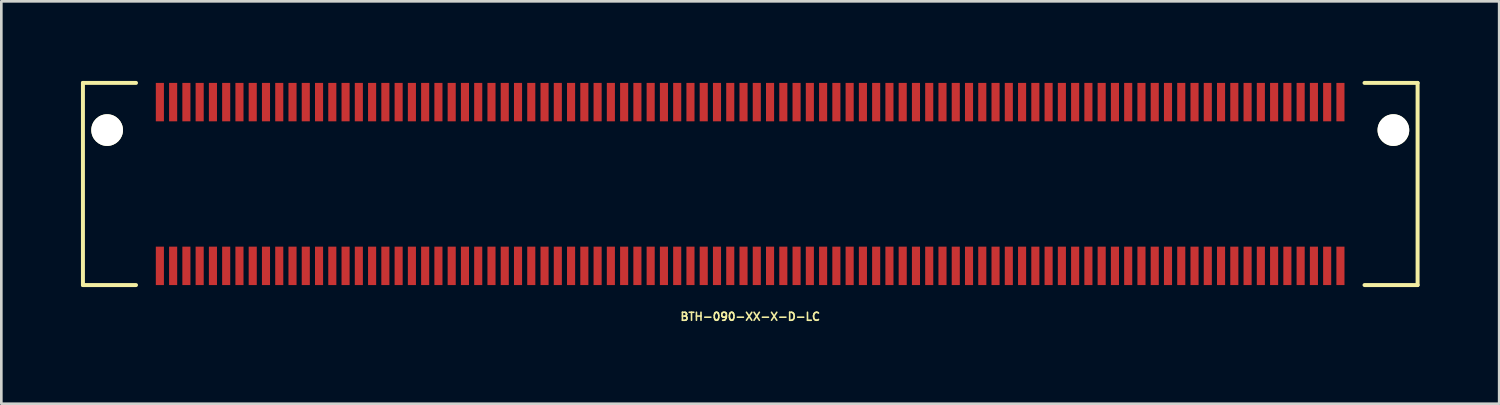
<source format=kicad_pcb>
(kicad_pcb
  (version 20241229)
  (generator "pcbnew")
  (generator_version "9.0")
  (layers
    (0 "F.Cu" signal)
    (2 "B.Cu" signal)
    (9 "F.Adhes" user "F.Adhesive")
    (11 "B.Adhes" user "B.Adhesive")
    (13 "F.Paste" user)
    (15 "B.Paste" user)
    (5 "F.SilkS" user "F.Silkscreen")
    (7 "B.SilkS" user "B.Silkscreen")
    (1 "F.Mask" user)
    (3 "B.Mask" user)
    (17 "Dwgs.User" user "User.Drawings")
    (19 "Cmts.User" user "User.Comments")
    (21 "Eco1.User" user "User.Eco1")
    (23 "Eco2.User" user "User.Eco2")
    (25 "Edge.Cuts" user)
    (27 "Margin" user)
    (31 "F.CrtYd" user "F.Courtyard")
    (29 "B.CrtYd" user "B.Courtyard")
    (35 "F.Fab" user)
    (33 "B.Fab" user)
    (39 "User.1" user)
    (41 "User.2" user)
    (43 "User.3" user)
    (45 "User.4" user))
  (footprint "BTH-090-XX-X-D-LC"
    (layer "F.Cu")
    (at 25.23 3.885)
    (property "Reference" "BTH-090-XX-X-D-LC" (at 0 5 0) (layer "F.SilkS") (effects (font (size 0.3 0.3) (thickness 0.061))))
    (attr smd)
    (fp_line (start -25.154 -3.81) (end -25.154 3.81) (stroke (width 0.15) (type solid)) (layer "F.SilkS"))
    (fp_line (start -25.154 3.81) (end -23.154 3.81) (stroke (width 0.15) (type solid)) (layer "F.SilkS"))
    (fp_line (start -23.154 -3.81) (end -25.154 -3.81) (stroke (width 0.15) (type solid)) (layer "F.SilkS"))
    (fp_line (start 23.154 -3.81) (end 25.154 -3.81) (stroke (width 0.15) (type solid)) (layer "F.SilkS"))
    (fp_line (start 25.154 -3.81) (end 25.154 3.81) (stroke (width 0.15) (type solid)) (layer "F.SilkS"))
    (fp_line (start 25.154 3.81) (end 23.154 3.81) (stroke (width 0.15) (type solid)) (layer "F.SilkS"))
    (pad "" np_thru_hole circle (at -24.242 -2.032) (size 1.194 1.194) (drill 1.194) (layers "*.Cu" "*.Mask" "F.SilkS"))
    (pad "" np_thru_hole circle (at 24.242 -2.032) (size 1.194 1.194) (drill 1.194) (layers "*.Cu" "*.Mask" "F.SilkS"))
    (pad "1" smd rect (at -22.254 -3.086) (size 0.305 1.448) (layers "F.Cu" "F.Mask" "F.Paste"))
    (pad "2" smd rect (at -22.254 3.086) (size 0.305 1.448) (layers "F.Cu" "F.Mask" "F.Paste"))
    (pad "3" smd rect (at -21.754 -3.086) (size 0.305 1.448) (layers "F.Cu" "F.Mask" "F.Paste"))
    (pad "4" smd rect (at -21.754 3.086) (size 0.305 1.448) (layers "F.Cu" "F.Mask" "F.Paste"))
    (pad "5" smd rect (at -21.254 -3.086) (size 0.305 1.448) (layers "F.Cu" "F.Mask" "F.Paste"))
    (pad "6" smd rect (at -21.254 3.086) (size 0.305 1.448) (layers "F.Cu" "F.Mask" "F.Paste"))
    (pad "7" smd rect (at -20.754 -3.086) (size 0.305 1.448) (layers "F.Cu" "F.Mask" "F.Paste"))
    (pad "8" smd rect (at -20.754 3.086) (size 0.305 1.448) (layers "F.Cu" "F.Mask" "F.Paste"))
    (pad "9" smd rect (at -20.254 -3.086) (size 0.305 1.448) (layers "F.Cu" "F.Mask" "F.Paste"))
    (pad "10" smd rect (at -20.254 3.086) (size 0.305 1.448) (layers "F.Cu" "F.Mask" "F.Paste"))
    (pad "11" smd rect (at -19.754 -3.086) (size 0.305 1.448) (layers "F.Cu" "F.Mask" "F.Paste"))
    (pad "12" smd rect (at -19.754 3.086) (size 0.305 1.448) (layers "F.Cu" "F.Mask" "F.Paste"))
    (pad "13" smd rect (at -19.254 -3.086) (size 0.305 1.448) (layers "F.Cu" "F.Mask" "F.Paste"))
    (pad "14" smd rect (at -19.254 3.086) (size 0.305 1.448) (layers "F.Cu" "F.Mask" "F.Paste"))
    (pad "15" smd rect (at -18.754 -3.086) (size 0.305 1.448) (layers "F.Cu" "F.Mask" "F.Paste"))
    (pad "16" smd rect (at -18.754 3.086) (size 0.305 1.448) (layers "F.Cu" "F.Mask" "F.Paste"))
    (pad "17" smd rect (at -18.254 -3.086) (size 0.305 1.448) (layers "F.Cu" "F.Mask" "F.Paste"))
    (pad "18" smd rect (at -18.254 3.086) (size 0.305 1.448) (layers "F.Cu" "F.Mask" "F.Paste"))
    (pad "19" smd rect (at -17.754 -3.086) (size 0.305 1.448) (layers "F.Cu" "F.Mask" "F.Paste"))
    (pad "20" smd rect (at -17.754 3.086) (size 0.305 1.448) (layers "F.Cu" "F.Mask" "F.Paste"))
    (pad "21" smd rect (at -17.254 -3.086) (size 0.305 1.448) (layers "F.Cu" "F.Mask" "F.Paste"))
    (pad "22" smd rect (at -17.254 3.086) (size 0.305 1.448) (layers "F.Cu" "F.Mask" "F.Paste"))
    (pad "23" smd rect (at -16.754 -3.086) (size 0.305 1.448) (layers "F.Cu" "F.Mask" "F.Paste"))
    (pad "24" smd rect (at -16.754 3.086) (size 0.305 1.448) (layers "F.Cu" "F.Mask" "F.Paste"))
    (pad "25" smd rect (at -16.254 -3.086) (size 0.305 1.448) (layers "F.Cu" "F.Mask" "F.Paste"))
    (pad "26" smd rect (at -16.254 3.086) (size 0.305 1.448) (layers "F.Cu" "F.Mask" "F.Paste"))
    (pad "27" smd rect (at -15.754 -3.086) (size 0.305 1.448) (layers "F.Cu" "F.Mask" "F.Paste"))
    (pad "28" smd rect (at -15.754 3.086) (size 0.305 1.448) (layers "F.Cu" "F.Mask" "F.Paste"))
    (pad "29" smd rect (at -15.254 -3.086) (size 0.305 1.448) (layers "F.Cu" "F.Mask" "F.Paste"))
    (pad "30" smd rect (at -15.254 3.086) (size 0.305 1.448) (layers "F.Cu" "F.Mask" "F.Paste"))
    (pad "31" smd rect (at -14.754 -3.086) (size 0.305 1.448) (layers "F.Cu" "F.Mask" "F.Paste"))
    (pad "32" smd rect (at -14.754 3.086) (size 0.305 1.448) (layers "F.Cu" "F.Mask" "F.Paste"))
    (pad "33" smd rect (at -14.254 -3.086) (size 0.305 1.448) (layers "F.Cu" "F.Mask" "F.Paste"))
    (pad "34" smd rect (at -14.254 3.086) (size 0.305 1.448) (layers "F.Cu" "F.Mask" "F.Paste"))
    (pad "35" smd rect (at -13.754 -3.086) (size 0.305 1.448) (layers "F.Cu" "F.Mask" "F.Paste"))
    (pad "36" smd rect (at -13.754 3.086) (size 0.305 1.448) (layers "F.Cu" "F.Mask" "F.Paste"))
    (pad "37" smd rect (at -13.254 -3.086) (size 0.305 1.448) (layers "F.Cu" "F.Mask" "F.Paste"))
    (pad "38" smd rect (at -13.254 3.086) (size 0.305 1.448) (layers "F.Cu" "F.Mask" "F.Paste"))
    (pad "39" smd rect (at -12.754 -3.086) (size 0.305 1.448) (layers "F.Cu" "F.Mask" "F.Paste"))
    (pad "40" smd rect (at -12.754 3.086) (size 0.305 1.448) (layers "F.Cu" "F.Mask" "F.Paste"))
    (pad "41" smd rect (at -12.254 -3.086) (size 0.305 1.448) (layers "F.Cu" "F.Mask" "F.Paste"))
    (pad "42" smd rect (at -12.254 3.086) (size 0.305 1.448) (layers "F.Cu" "F.Mask" "F.Paste"))
    (pad "43" smd rect (at -11.754 -3.086) (size 0.305 1.448) (layers "F.Cu" "F.Mask" "F.Paste"))
    (pad "44" smd rect (at -11.754 3.086) (size 0.305 1.448) (layers "F.Cu" "F.Mask" "F.Paste"))
    (pad "45" smd rect (at -11.254 -3.086) (size 0.305 1.448) (layers "F.Cu" "F.Mask" "F.Paste"))
    (pad "46" smd rect (at -11.254 3.086) (size 0.305 1.448) (layers "F.Cu" "F.Mask" "F.Paste"))
    (pad "47" smd rect (at -10.754 -3.086) (size 0.305 1.448) (layers "F.Cu" "F.Mask" "F.Paste"))
    (pad "48" smd rect (at -10.754 3.086) (size 0.305 1.448) (layers "F.Cu" "F.Mask" "F.Paste"))
    (pad "49" smd rect (at -10.254 -3.086) (size 0.305 1.448) (layers "F.Cu" "F.Mask" "F.Paste"))
    (pad "50" smd rect (at -10.254 3.086) (size 0.305 1.448) (layers "F.Cu" "F.Mask" "F.Paste"))
    (pad "51" smd rect (at -9.754 -3.086) (size 0.305 1.448) (layers "F.Cu" "F.Mask" "F.Paste"))
    (pad "52" smd rect (at -9.754 3.086) (size 0.305 1.448) (layers "F.Cu" "F.Mask" "F.Paste"))
    (pad "53" smd rect (at -9.254 -3.086) (size 0.305 1.448) (layers "F.Cu" "F.Mask" "F.Paste"))
    (pad "54" smd rect (at -9.254 3.086) (size 0.305 1.448) (layers "F.Cu" "F.Mask" "F.Paste"))
    (pad "55" smd rect (at -8.754 -3.086) (size 0.305 1.448) (layers "F.Cu" "F.Mask" "F.Paste"))
    (pad "56" smd rect (at -8.754 3.086) (size 0.305 1.448) (layers "F.Cu" "F.Mask" "F.Paste"))
    (pad "57" smd rect (at -8.254 -3.086) (size 0.305 1.448) (layers "F.Cu" "F.Mask" "F.Paste"))
    (pad "58" smd rect (at -8.254 3.086) (size 0.305 1.448) (layers "F.Cu" "F.Mask" "F.Paste"))
    (pad "59" smd rect (at -7.754 -3.086) (size 0.305 1.448) (layers "F.Cu" "F.Mask" "F.Paste"))
    (pad "60" smd rect (at -7.754 3.086) (size 0.305 1.448) (layers "F.Cu" "F.Mask" "F.Paste"))
    (pad "61" smd rect (at -7.254 -3.086) (size 0.305 1.448) (layers "F.Cu" "F.Mask" "F.Paste"))
    (pad "62" smd rect (at -7.254 3.086) (size 0.305 1.448) (layers "F.Cu" "F.Mask" "F.Paste"))
    (pad "63" smd rect (at -6.754 -3.086) (size 0.305 1.448) (layers "F.Cu" "F.Mask" "F.Paste"))
    (pad "64" smd rect (at -6.754 3.086) (size 0.305 1.448) (layers "F.Cu" "F.Mask" "F.Paste"))
    (pad "65" smd rect (at -6.254 -3.086) (size 0.305 1.448) (layers "F.Cu" "F.Mask" "F.Paste"))
    (pad "66" smd rect (at -6.254 3.086) (size 0.305 1.448) (layers "F.Cu" "F.Mask" "F.Paste"))
    (pad "67" smd rect (at -5.754 -3.086) (size 0.305 1.448) (layers "F.Cu" "F.Mask" "F.Paste"))
    (pad "68" smd rect (at -5.754 3.086) (size 0.305 1.448) (layers "F.Cu" "F.Mask" "F.Paste"))
    (pad "69" smd rect (at -5.254 -3.086) (size 0.305 1.448) (layers "F.Cu" "F.Mask" "F.Paste"))
    (pad "70" smd rect (at -5.254 3.086) (size 0.305 1.448) (layers "F.Cu" "F.Mask" "F.Paste"))
    (pad "71" smd rect (at -4.754 -3.086) (size 0.305 1.448) (layers "F.Cu" "F.Mask" "F.Paste"))
    (pad "72" smd rect (at -4.754 3.086) (size 0.305 1.448) (layers "F.Cu" "F.Mask" "F.Paste"))
    (pad "73" smd rect (at -4.254 -3.086) (size 0.305 1.448) (layers "F.Cu" "F.Mask" "F.Paste"))
    (pad "74" smd rect (at -4.254 3.086) (size 0.305 1.448) (layers "F.Cu" "F.Mask" "F.Paste"))
    (pad "75" smd rect (at -3.754 -3.086) (size 0.305 1.448) (layers "F.Cu" "F.Mask" "F.Paste"))
    (pad "76" smd rect (at -3.754 3.086) (size 0.305 1.448) (layers "F.Cu" "F.Mask" "F.Paste"))
    (pad "77" smd rect (at -3.254 -3.086) (size 0.305 1.448) (layers "F.Cu" "F.Mask" "F.Paste"))
    (pad "78" smd rect (at -3.254 3.086) (size 0.305 1.448) (layers "F.Cu" "F.Mask" "F.Paste"))
    (pad "79" smd rect (at -2.754 -3.086) (size 0.305 1.448) (layers "F.Cu" "F.Mask" "F.Paste"))
    (pad "80" smd rect (at -2.754 3.086) (size 0.305 1.448) (layers "F.Cu" "F.Mask" "F.Paste"))
    (pad "81" smd rect (at -2.254 -3.086) (size 0.305 1.448) (layers "F.Cu" "F.Mask" "F.Paste"))
    (pad "82" smd rect (at -2.254 3.086) (size 0.305 1.448) (layers "F.Cu" "F.Mask" "F.Paste"))
    (pad "83" smd rect (at -1.754 -3.086) (size 0.305 1.448) (layers "F.Cu" "F.Mask" "F.Paste"))
    (pad "84" smd rect (at -1.754 3.086) (size 0.305 1.448) (layers "F.Cu" "F.Mask" "F.Paste"))
    (pad "85" smd rect (at -1.254 -3.086) (size 0.305 1.448) (layers "F.Cu" "F.Mask" "F.Paste"))
    (pad "86" smd rect (at -1.254 3.086) (size 0.305 1.448) (layers "F.Cu" "F.Mask" "F.Paste"))
    (pad "87" smd rect (at -0.754 -3.086) (size 0.305 1.448) (layers "F.Cu" "F.Mask" "F.Paste"))
    (pad "88" smd rect (at -0.754 3.086) (size 0.305 1.448) (layers "F.Cu" "F.Mask" "F.Paste"))
    (pad "89" smd rect (at -0.254 -3.086) (size 0.305 1.448) (layers "F.Cu" "F.Mask" "F.Paste"))
    (pad "90" smd rect (at -0.254 3.086) (size 0.305 1.448) (layers "F.Cu" "F.Mask" "F.Paste"))
    (pad "91" smd rect (at 0.246 -3.086) (size 0.305 1.448) (layers "F.Cu" "F.Mask" "F.Paste"))
    (pad "92" smd rect (at 0.246 3.086) (size 0.305 1.448) (layers "F.Cu" "F.Mask" "F.Paste"))
    (pad "93" smd rect (at 0.746 -3.086) (size 0.305 1.448) (layers "F.Cu" "F.Mask" "F.Paste"))
    (pad "94" smd rect (at 0.746 3.086) (size 0.305 1.448) (layers "F.Cu" "F.Mask" "F.Paste"))
    (pad "95" smd rect (at 1.246 -3.086) (size 0.305 1.448) (layers "F.Cu" "F.Mask" "F.Paste"))
    (pad "96" smd rect (at 1.246 3.086) (size 0.305 1.448) (layers "F.Cu" "F.Mask" "F.Paste"))
    (pad "97" smd rect (at 1.746 -3.086) (size 0.305 1.448) (layers "F.Cu" "F.Mask" "F.Paste"))
    (pad "98" smd rect (at 1.746 3.086) (size 0.305 1.448) (layers "F.Cu" "F.Mask" "F.Paste"))
    (pad "99" smd rect (at 2.246 -3.086) (size 0.305 1.448) (layers "F.Cu" "F.Mask" "F.Paste"))
    (pad "100" smd rect (at 2.246 3.086) (size 0.305 1.448) (layers "F.Cu" "F.Mask" "F.Paste"))
    (pad "101" smd rect (at 2.746 -3.086) (size 0.305 1.448) (layers "F.Cu" "F.Mask" "F.Paste"))
    (pad "102" smd rect (at 2.746 3.086) (size 0.305 1.448) (layers "F.Cu" "F.Mask" "F.Paste"))
    (pad "103" smd rect (at 3.246 -3.086) (size 0.305 1.448) (layers "F.Cu" "F.Mask" "F.Paste"))
    (pad "104" smd rect (at 3.246 3.086) (size 0.305 1.448) (layers "F.Cu" "F.Mask" "F.Paste"))
    (pad "105" smd rect (at 3.746 -3.086) (size 0.305 1.448) (layers "F.Cu" "F.Mask" "F.Paste"))
    (pad "106" smd rect (at 3.746 3.086) (size 0.305 1.448) (layers "F.Cu" "F.Mask" "F.Paste"))
    (pad "107" smd rect (at 4.246 -3.086) (size 0.305 1.448) (layers "F.Cu" "F.Mask" "F.Paste"))
    (pad "108" smd rect (at 4.246 3.086) (size 0.305 1.448) (layers "F.Cu" "F.Mask" "F.Paste"))
    (pad "109" smd rect (at 4.746 -3.086) (size 0.305 1.448) (layers "F.Cu" "F.Mask" "F.Paste"))
    (pad "110" smd rect (at 4.746 3.086) (size 0.305 1.448) (layers "F.Cu" "F.Mask" "F.Paste"))
    (pad "111" smd rect (at 5.246 -3.086) (size 0.305 1.448) (layers "F.Cu" "F.Mask" "F.Paste"))
    (pad "112" smd rect (at 5.246 3.086) (size 0.305 1.448) (layers "F.Cu" "F.Mask" "F.Paste"))
    (pad "113" smd rect (at 5.746 -3.086) (size 0.305 1.448) (layers "F.Cu" "F.Mask" "F.Paste"))
    (pad "114" smd rect (at 5.746 3.086) (size 0.305 1.448) (layers "F.Cu" "F.Mask" "F.Paste"))
    (pad "115" smd rect (at 6.246 -3.086) (size 0.305 1.448) (layers "F.Cu" "F.Mask" "F.Paste"))
    (pad "116" smd rect (at 6.246 3.086) (size 0.305 1.448) (layers "F.Cu" "F.Mask" "F.Paste"))
    (pad "117" smd rect (at 6.746 -3.086) (size 0.305 1.448) (layers "F.Cu" "F.Mask" "F.Paste"))
    (pad "118" smd rect (at 6.746 3.086) (size 0.305 1.448) (layers "F.Cu" "F.Mask" "F.Paste"))
    (pad "119" smd rect (at 7.246 -3.086) (size 0.305 1.448) (layers "F.Cu" "F.Mask" "F.Paste"))
    (pad "120" smd rect (at 7.246 3.086) (size 0.305 1.448) (layers "F.Cu" "F.Mask" "F.Paste"))
    (pad "121" smd rect (at 7.746 -3.086) (size 0.305 1.448) (layers "F.Cu" "F.Mask" "F.Paste"))
    (pad "122" smd rect (at 7.746 3.086) (size 0.305 1.448) (layers "F.Cu" "F.Mask" "F.Paste"))
    (pad "123" smd rect (at 8.246 -3.086) (size 0.305 1.448) (layers "F.Cu" "F.Mask" "F.Paste"))
    (pad "124" smd rect (at 8.246 3.086) (size 0.305 1.448) (layers "F.Cu" "F.Mask" "F.Paste"))
    (pad "125" smd rect (at 8.746 -3.086) (size 0.305 1.448) (layers "F.Cu" "F.Mask" "F.Paste"))
    (pad "126" smd rect (at 8.746 3.086) (size 0.305 1.448) (layers "F.Cu" "F.Mask" "F.Paste"))
    (pad "127" smd rect (at 9.246 -3.086) (size 0.305 1.448) (layers "F.Cu" "F.Mask" "F.Paste"))
    (pad "128" smd rect (at 9.246 3.086) (size 0.305 1.448) (layers "F.Cu" "F.Mask" "F.Paste"))
    (pad "129" smd rect (at 9.746 -3.086) (size 0.305 1.448) (layers "F.Cu" "F.Mask" "F.Paste"))
    (pad "130" smd rect (at 9.746 3.086) (size 0.305 1.448) (layers "F.Cu" "F.Mask" "F.Paste"))
    (pad "131" smd rect (at 10.246 -3.086) (size 0.305 1.448) (layers "F.Cu" "F.Mask" "F.Paste"))
    (pad "132" smd rect (at 10.246 3.086) (size 0.305 1.448) (layers "F.Cu" "F.Mask" "F.Paste"))
    (pad "133" smd rect (at 10.746 -3.086) (size 0.305 1.448) (layers "F.Cu" "F.Mask" "F.Paste"))
    (pad "134" smd rect (at 10.746 3.086) (size 0.305 1.448) (layers "F.Cu" "F.Mask" "F.Paste"))
    (pad "135" smd rect (at 11.246 -3.086) (size 0.305 1.448) (layers "F.Cu" "F.Mask" "F.Paste"))
    (pad "136" smd rect (at 11.246 3.086) (size 0.305 1.448) (layers "F.Cu" "F.Mask" "F.Paste"))
    (pad "137" smd rect (at 11.746 -3.086) (size 0.305 1.448) (layers "F.Cu" "F.Mask" "F.Paste"))
    (pad "138" smd rect (at 11.746 3.086) (size 0.305 1.448) (layers "F.Cu" "F.Mask" "F.Paste"))
    (pad "139" smd rect (at 12.246 -3.086) (size 0.305 1.448) (layers "F.Cu" "F.Mask" "F.Paste"))
    (pad "140" smd rect (at 12.246 3.086) (size 0.305 1.448) (layers "F.Cu" "F.Mask" "F.Paste"))
    (pad "141" smd rect (at 12.746 -3.086) (size 0.305 1.448) (layers "F.Cu" "F.Mask" "F.Paste"))
    (pad "142" smd rect (at 12.746 3.086) (size 0.305 1.448) (layers "F.Cu" "F.Mask" "F.Paste"))
    (pad "143" smd rect (at 13.246 -3.086) (size 0.305 1.448) (layers "F.Cu" "F.Mask" "F.Paste"))
    (pad "144" smd rect (at 13.246 3.086) (size 0.305 1.448) (layers "F.Cu" "F.Mask" "F.Paste"))
    (pad "145" smd rect (at 13.746 -3.086) (size 0.305 1.448) (layers "F.Cu" "F.Mask" "F.Paste"))
    (pad "146" smd rect (at 13.746 3.086) (size 0.305 1.448) (layers "F.Cu" "F.Mask" "F.Paste"))
    (pad "147" smd rect (at 14.246 -3.086) (size 0.305 1.448) (layers "F.Cu" "F.Mask" "F.Paste"))
    (pad "148" smd rect (at 14.246 3.086) (size 0.305 1.448) (layers "F.Cu" "F.Mask" "F.Paste"))
    (pad "149" smd rect (at 14.746 -3.086) (size 0.305 1.448) (layers "F.Cu" "F.Mask" "F.Paste"))
    (pad "150" smd rect (at 14.746 3.086) (size 0.305 1.448) (layers "F.Cu" "F.Mask" "F.Paste"))
    (pad "151" smd rect (at 15.246 -3.086) (size 0.305 1.448) (layers "F.Cu" "F.Mask" "F.Paste"))
    (pad "152" smd rect (at 15.246 3.086) (size 0.305 1.448) (layers "F.Cu" "F.Mask" "F.Paste"))
    (pad "153" smd rect (at 15.746 -3.086) (size 0.305 1.448) (layers "F.Cu" "F.Mask" "F.Paste"))
    (pad "154" smd rect (at 15.746 3.086) (size 0.305 1.448) (layers "F.Cu" "F.Mask" "F.Paste"))
    (pad "155" smd rect (at 16.246 -3.086) (size 0.305 1.448) (layers "F.Cu" "F.Mask" "F.Paste"))
    (pad "156" smd rect (at 16.246 3.086) (size 0.305 1.448) (layers "F.Cu" "F.Mask" "F.Paste"))
    (pad "157" smd rect (at 16.746 -3.086) (size 0.305 1.448) (layers "F.Cu" "F.Mask" "F.Paste"))
    (pad "158" smd rect (at 16.746 3.086) (size 0.305 1.448) (layers "F.Cu" "F.Mask" "F.Paste"))
    (pad "159" smd rect (at 17.246 -3.086) (size 0.305 1.448) (layers "F.Cu" "F.Mask" "F.Paste"))
    (pad "160" smd rect (at 17.246 3.086) (size 0.305 1.448) (layers "F.Cu" "F.Mask" "F.Paste"))
    (pad "161" smd rect (at 17.746 -3.086) (size 0.305 1.448) (layers "F.Cu" "F.Mask" "F.Paste"))
    (pad "162" smd rect (at 17.746 3.086) (size 0.305 1.448) (layers "F.Cu" "F.Mask" "F.Paste"))
    (pad "163" smd rect (at 18.246 -3.086) (size 0.305 1.448) (layers "F.Cu" "F.Mask" "F.Paste"))
    (pad "164" smd rect (at 18.246 3.086) (size 0.305 1.448) (layers "F.Cu" "F.Mask" "F.Paste"))
    (pad "165" smd rect (at 18.746 -3.086) (size 0.305 1.448) (layers "F.Cu" "F.Mask" "F.Paste"))
    (pad "166" smd rect (at 18.746 3.086) (size 0.305 1.448) (layers "F.Cu" "F.Mask" "F.Paste"))
    (pad "167" smd rect (at 19.246 -3.086) (size 0.305 1.448) (layers "F.Cu" "F.Mask" "F.Paste"))
    (pad "168" smd rect (at 19.246 3.086) (size 0.305 1.448) (layers "F.Cu" "F.Mask" "F.Paste"))
    (pad "169" smd rect (at 19.746 -3.086) (size 0.305 1.448) (layers "F.Cu" "F.Mask" "F.Paste"))
    (pad "170" smd rect (at 19.746 3.086) (size 0.305 1.448) (layers "F.Cu" "F.Mask" "F.Paste"))
    (pad "171" smd rect (at 20.246 -3.086) (size 0.305 1.448) (layers "F.Cu" "F.Mask" "F.Paste"))
    (pad "172" smd rect (at 20.246 3.086) (size 0.305 1.448) (layers "F.Cu" "F.Mask" "F.Paste"))
    (pad "173" smd rect (at 20.746 -3.086) (size 0.305 1.448) (layers "F.Cu" "F.Mask" "F.Paste"))
    (pad "174" smd rect (at 20.746 3.086) (size 0.305 1.448) (layers "F.Cu" "F.Mask" "F.Paste"))
    (pad "175" smd rect (at 21.246 -3.086) (size 0.305 1.448) (layers "F.Cu" "F.Mask" "F.Paste"))
    (pad "176" smd rect (at 21.246 3.086) (size 0.305 1.448) (layers "F.Cu" "F.Mask" "F.Paste"))
    (pad "177" smd rect (at 21.746 -3.086) (size 0.305 1.448) (layers "F.Cu" "F.Mask" "F.Paste"))
    (pad "178" smd rect (at 21.746 3.086) (size 0.305 1.448) (layers "F.Cu" "F.Mask" "F.Paste"))
    (pad "179" smd rect (at 22.246 -3.086) (size 0.305 1.448) (layers "F.Cu" "F.Mask" "F.Paste"))
    (pad "180" smd rect (at 22.246 3.086) (size 0.305 1.448) (layers "F.Cu" "F.Mask" "F.Paste")))
  (gr_rect
    (start -3 -3)
    (end 53.459 12.167)
    (stroke (width 0.1) (type default))
    (fill no)
    (layer "Edge.Cuts")))
</source>
